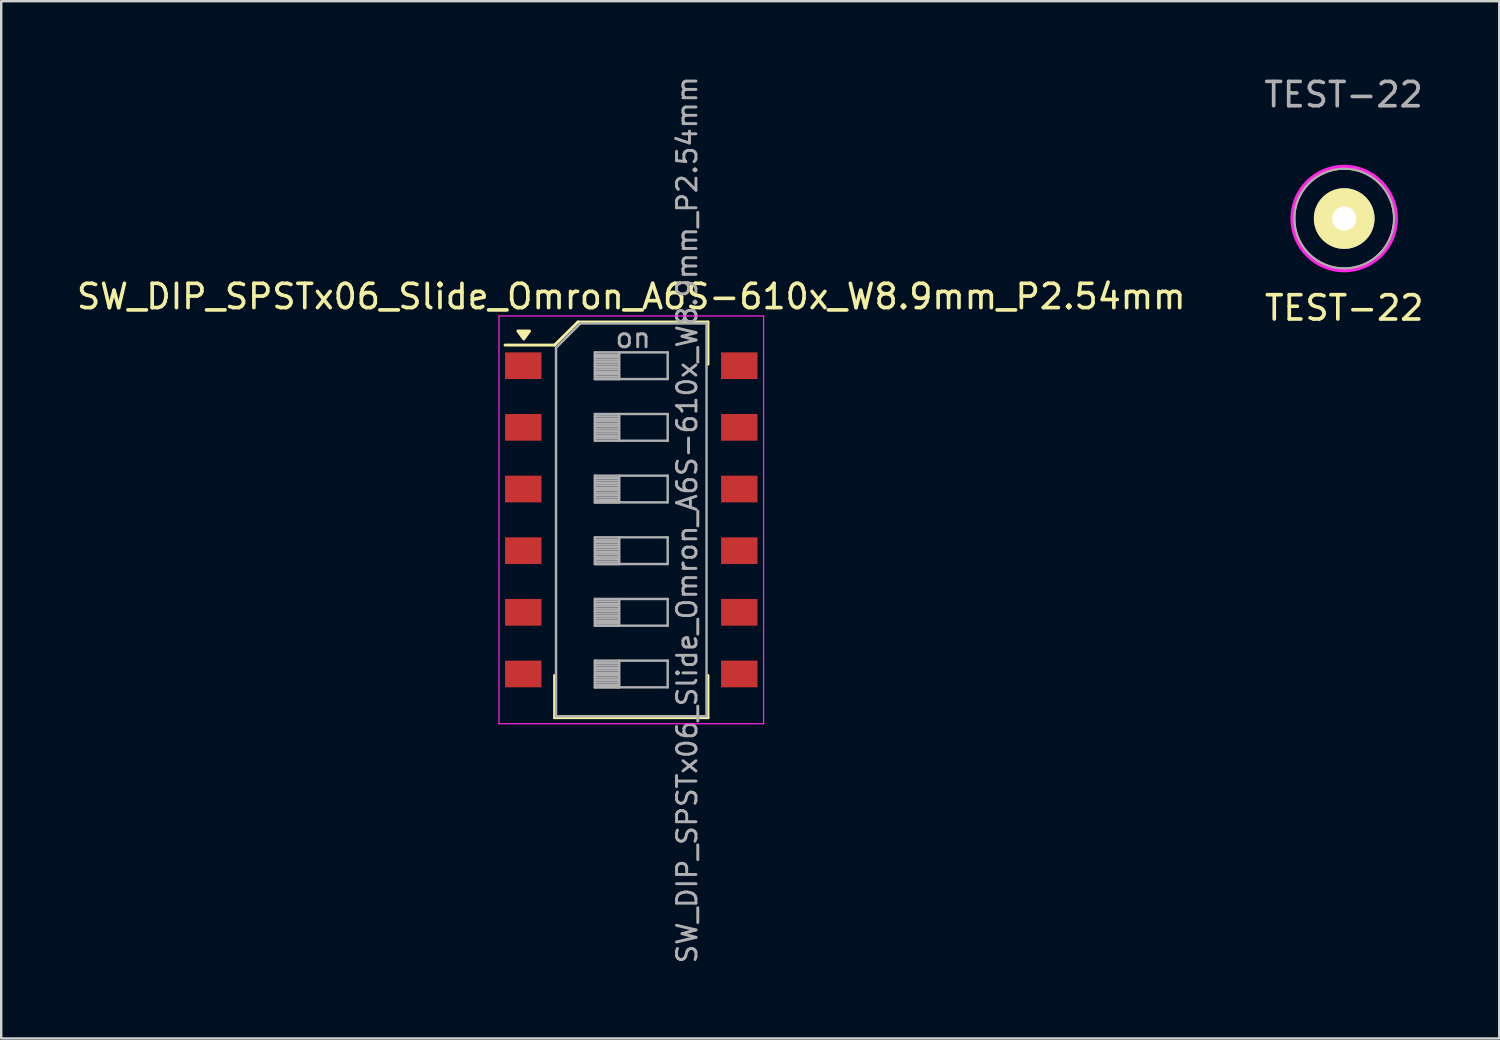
<source format=kicad_pcb>
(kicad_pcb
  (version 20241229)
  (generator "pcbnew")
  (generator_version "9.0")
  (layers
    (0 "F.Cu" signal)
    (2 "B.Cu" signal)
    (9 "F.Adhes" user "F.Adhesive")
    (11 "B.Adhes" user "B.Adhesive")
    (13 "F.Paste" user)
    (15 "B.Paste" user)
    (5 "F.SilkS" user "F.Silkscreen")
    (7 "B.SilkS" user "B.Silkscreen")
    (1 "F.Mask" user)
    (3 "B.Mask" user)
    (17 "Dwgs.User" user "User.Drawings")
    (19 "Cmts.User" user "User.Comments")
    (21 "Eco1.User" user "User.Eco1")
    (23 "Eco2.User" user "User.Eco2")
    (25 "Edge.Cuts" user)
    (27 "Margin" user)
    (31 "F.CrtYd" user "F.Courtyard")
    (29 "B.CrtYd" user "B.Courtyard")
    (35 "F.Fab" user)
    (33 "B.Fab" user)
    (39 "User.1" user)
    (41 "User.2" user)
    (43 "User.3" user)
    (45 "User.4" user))
  (footprint "SW_DIP_SPSTx06_Slide_Omron_A6S-610x_W8.9mm_P2.54mm"
    (layer "F.Cu")
    (at 22.958 18.367)
    (property "Reference" "SW_DIP_SPSTx06_Slide_Omron_A6S-610x_W8.9mm_P2.54mm" (at 0 -9.2 0) (layer "F.SilkS") (effects (font (size 1 1) (thickness 0.15))))
    (attr smd)
    (fp_line (start -5.2 -7.201) (end -3.16 -7.201) (stroke (width 0.12) (type solid)) (layer "F.SilkS"))
    (fp_line (start -3.16 -7.201) (end -2.2 -8.15) (stroke (width 0.12) (type solid)) (layer "F.SilkS"))
    (fp_line (start -3.16 6.41) (end -3.16 8.15) (stroke (width 0.12) (type solid)) (layer "F.SilkS"))
    (fp_line (start -3.16 8.15) (end 3.16 8.15) (stroke (width 0.12) (type solid)) (layer "F.SilkS"))
    (fp_line (start -2.2 -8.15) (end 3.16 -8.15) (stroke (width 0.12) (type solid)) (layer "F.SilkS"))
    (fp_line (start 3.16 -8.15) (end 3.16 -6.411) (stroke (width 0.12) (type solid)) (layer "F.SilkS"))
    (fp_line (start 3.16 6.41) (end 3.16 8.15) (stroke (width 0.12) (type solid)) (layer "F.SilkS"))
    (fp_poly (pts (xy -4.43 -7.45) (xy -4.67 -7.78) (xy -4.19 -7.78) (xy -4.43 -7.45)) (stroke (width 0.12) (type solid)) (fill yes) (layer "F.SilkS"))
    (fp_line (start -5.45 -8.4) (end -5.45 8.4) (stroke (width 0.05) (type solid)) (layer "F.CrtYd"))
    (fp_line (start -5.45 8.4) (end 5.45 8.4) (stroke (width 0.05) (type solid)) (layer "F.CrtYd"))
    (fp_line (start 5.45 -8.4) (end -5.45 -8.4) (stroke (width 0.05) (type solid)) (layer "F.CrtYd"))
    (fp_line (start 5.45 8.4) (end 5.45 -8.4) (stroke (width 0.05) (type solid)) (layer "F.CrtYd"))
    (fp_line (start -3.1 -7.09) (end -2.1 -8.09) (stroke (width 0.1) (type solid)) (layer "F.Fab"))
    (fp_line (start -3.1 8.09) (end -3.1 -7.09) (stroke (width 0.1) (type solid)) (layer "F.Fab"))
    (fp_line (start -2.1 -8.09) (end 3.1 -8.09) (stroke (width 0.1) (type solid)) (layer "F.Fab"))
    (fp_line (start -1.5 -6.9) (end -1.5 -5.8) (stroke (width 0.1) (type solid)) (layer "F.Fab"))
    (fp_line (start -1.5 -6.8) (end -0.5 -6.8) (stroke (width 0.1) (type solid)) (layer "F.Fab"))
    (fp_line (start -1.5 -6.7) (end -0.5 -6.7) (stroke (width 0.1) (type solid)) (layer "F.Fab"))
    (fp_line (start -1.5 -6.6) (end -0.5 -6.6) (stroke (width 0.1) (type solid)) (layer "F.Fab"))
    (fp_line (start -1.5 -6.5) (end -0.5 -6.5) (stroke (width 0.1) (type solid)) (layer "F.Fab"))
    (fp_line (start -1.5 -6.4) (end -0.5 -6.4) (stroke (width 0.1) (type solid)) (layer "F.Fab"))
    (fp_line (start -1.5 -6.3) (end -0.5 -6.3) (stroke (width 0.1) (type solid)) (layer "F.Fab"))
    (fp_line (start -1.5 -6.2) (end -0.5 -6.2) (stroke (width 0.1) (type solid)) (layer "F.Fab"))
    (fp_line (start -1.5 -6.1) (end -0.5 -6.1) (stroke (width 0.1) (type solid)) (layer "F.Fab"))
    (fp_line (start -1.5 -6) (end -0.5 -6) (stroke (width 0.1) (type solid)) (layer "F.Fab"))
    (fp_line (start -1.5 -5.9) (end -0.5 -5.9) (stroke (width 0.1) (type solid)) (layer "F.Fab"))
    (fp_line (start -1.5 -5.8) (end -0.5 -5.8) (stroke (width 0.1) (type solid)) (layer "F.Fab"))
    (fp_line (start -1.5 -5.8) (end 1.5 -5.8) (stroke (width 0.1) (type solid)) (layer "F.Fab"))
    (fp_line (start -1.5 -4.36) (end -1.5 -3.26) (stroke (width 0.1) (type solid)) (layer "F.Fab"))
    (fp_line (start -1.5 -4.26) (end -0.5 -4.26) (stroke (width 0.1) (type solid)) (layer "F.Fab"))
    (fp_line (start -1.5 -4.16) (end -0.5 -4.16) (stroke (width 0.1) (type solid)) (layer "F.Fab"))
    (fp_line (start -1.5 -4.06) (end -0.5 -4.06) (stroke (width 0.1) (type solid)) (layer "F.Fab"))
    (fp_line (start -1.5 -3.96) (end -0.5 -3.96) (stroke (width 0.1) (type solid)) (layer "F.Fab"))
    (fp_line (start -1.5 -3.86) (end -0.5 -3.86) (stroke (width 0.1) (type solid)) (layer "F.Fab"))
    (fp_line (start -1.5 -3.76) (end -0.5 -3.76) (stroke (width 0.1) (type solid)) (layer "F.Fab"))
    (fp_line (start -1.5 -3.66) (end -0.5 -3.66) (stroke (width 0.1) (type solid)) (layer "F.Fab"))
    (fp_line (start -1.5 -3.56) (end -0.5 -3.56) (stroke (width 0.1) (type solid)) (layer "F.Fab"))
    (fp_line (start -1.5 -3.46) (end -0.5 -3.46) (stroke (width 0.1) (type solid)) (layer "F.Fab"))
    (fp_line (start -1.5 -3.36) (end -0.5 -3.36) (stroke (width 0.1) (type solid)) (layer "F.Fab"))
    (fp_line (start -1.5 -3.26) (end 1.5 -3.26) (stroke (width 0.1) (type solid)) (layer "F.Fab"))
    (fp_line (start -1.5 -1.82) (end -1.5 -0.72) (stroke (width 0.1) (type solid)) (layer "F.Fab"))
    (fp_line (start -1.5 -1.72) (end -0.5 -1.72) (stroke (width 0.1) (type solid)) (layer "F.Fab"))
    (fp_line (start -1.5 -1.62) (end -0.5 -1.62) (stroke (width 0.1) (type solid)) (layer "F.Fab"))
    (fp_line (start -1.5 -1.52) (end -0.5 -1.52) (stroke (width 0.1) (type solid)) (layer "F.Fab"))
    (fp_line (start -1.5 -1.42) (end -0.5 -1.42) (stroke (width 0.1) (type solid)) (layer "F.Fab"))
    (fp_line (start -1.5 -1.32) (end -0.5 -1.32) (stroke (width 0.1) (type solid)) (layer "F.Fab"))
    (fp_line (start -1.5 -1.22) (end -0.5 -1.22) (stroke (width 0.1) (type solid)) (layer "F.Fab"))
    (fp_line (start -1.5 -1.12) (end -0.5 -1.12) (stroke (width 0.1) (type solid)) (layer "F.Fab"))
    (fp_line (start -1.5 -1.02) (end -0.5 -1.02) (stroke (width 0.1) (type solid)) (layer "F.Fab"))
    (fp_line (start -1.5 -0.92) (end -0.5 -0.92) (stroke (width 0.1) (type solid)) (layer "F.Fab"))
    (fp_line (start -1.5 -0.82) (end -0.5 -0.82) (stroke (width 0.1) (type solid)) (layer "F.Fab"))
    (fp_line (start -1.5 -0.72) (end -0.5 -0.72) (stroke (width 0.1) (type solid)) (layer "F.Fab"))
    (fp_line (start -1.5 -0.72) (end 1.5 -0.72) (stroke (width 0.1) (type solid)) (layer "F.Fab"))
    (fp_line (start -1.5 0.72) (end -1.5 1.82) (stroke (width 0.1) (type solid)) (layer "F.Fab"))
    (fp_line (start -1.5 0.82) (end -0.5 0.82) (stroke (width 0.1) (type solid)) (layer "F.Fab"))
    (fp_line (start -1.5 0.92) (end -0.5 0.92) (stroke (width 0.1) (type solid)) (layer "F.Fab"))
    (fp_line (start -1.5 1.02) (end -0.5 1.02) (stroke (width 0.1) (type solid)) (layer "F.Fab"))
    (fp_line (start -1.5 1.12) (end -0.5 1.12) (stroke (width 0.1) (type solid)) (layer "F.Fab"))
    (fp_line (start -1.5 1.22) (end -0.5 1.22) (stroke (width 0.1) (type solid)) (layer "F.Fab"))
    (fp_line (start -1.5 1.32) (end -0.5 1.32) (stroke (width 0.1) (type solid)) (layer "F.Fab"))
    (fp_line (start -1.5 1.42) (end -0.5 1.42) (stroke (width 0.1) (type solid)) (layer "F.Fab"))
    (fp_line (start -1.5 1.52) (end -0.5 1.52) (stroke (width 0.1) (type solid)) (layer "F.Fab"))
    (fp_line (start -1.5 1.62) (end -0.5 1.62) (stroke (width 0.1) (type solid)) (layer "F.Fab"))
    (fp_line (start -1.5 1.72) (end -0.5 1.72) (stroke (width 0.1) (type solid)) (layer "F.Fab"))
    (fp_line (start -1.5 1.82) (end -0.5 1.82) (stroke (width 0.1) (type solid)) (layer "F.Fab"))
    (fp_line (start -1.5 1.82) (end 1.5 1.82) (stroke (width 0.1) (type solid)) (layer "F.Fab"))
    (fp_line (start -1.5 3.26) (end -1.5 4.36) (stroke (width 0.1) (type solid)) (layer "F.Fab"))
    (fp_line (start -1.5 3.36) (end -0.5 3.36) (stroke (width 0.1) (type solid)) (layer "F.Fab"))
    (fp_line (start -1.5 3.46) (end -0.5 3.46) (stroke (width 0.1) (type solid)) (layer "F.Fab"))
    (fp_line (start -1.5 3.56) (end -0.5 3.56) (stroke (width 0.1) (type solid)) (layer "F.Fab"))
    (fp_line (start -1.5 3.66) (end -0.5 3.66) (stroke (width 0.1) (type solid)) (layer "F.Fab"))
    (fp_line (start -1.5 3.76) (end -0.5 3.76) (stroke (width 0.1) (type solid)) (layer "F.Fab"))
    (fp_line (start -1.5 3.86) (end -0.5 3.86) (stroke (width 0.1) (type solid)) (layer "F.Fab"))
    (fp_line (start -1.5 3.96) (end -0.5 3.96) (stroke (width 0.1) (type solid)) (layer "F.Fab"))
    (fp_line (start -1.5 4.06) (end -0.5 4.06) (stroke (width 0.1) (type solid)) (layer "F.Fab"))
    (fp_line (start -1.5 4.16) (end -0.5 4.16) (stroke (width 0.1) (type solid)) (layer "F.Fab"))
    (fp_line (start -1.5 4.26) (end -0.5 4.26) (stroke (width 0.1) (type solid)) (layer "F.Fab"))
    (fp_line (start -1.5 4.36) (end -0.5 4.36) (stroke (width 0.1) (type solid)) (layer "F.Fab"))
    (fp_line (start -1.5 4.36) (end 1.5 4.36) (stroke (width 0.1) (type solid)) (layer "F.Fab"))
    (fp_line (start -1.5 5.8) (end -1.5 6.9) (stroke (width 0.1) (type solid)) (layer "F.Fab"))
    (fp_line (start -1.5 5.9) (end -0.5 5.9) (stroke (width 0.1) (type solid)) (layer "F.Fab"))
    (fp_line (start -1.5 6) (end -0.5 6) (stroke (width 0.1) (type solid)) (layer "F.Fab"))
    (fp_line (start -1.5 6.1) (end -0.5 6.1) (stroke (width 0.1) (type solid)) (layer "F.Fab"))
    (fp_line (start -1.5 6.2) (end -0.5 6.2) (stroke (width 0.1) (type solid)) (layer "F.Fab"))
    (fp_line (start -1.5 6.3) (end -0.5 6.3) (stroke (width 0.1) (type solid)) (layer "F.Fab"))
    (fp_line (start -1.5 6.4) (end -0.5 6.4) (stroke (width 0.1) (type solid)) (layer "F.Fab"))
    (fp_line (start -1.5 6.5) (end -0.5 6.5) (stroke (width 0.1) (type solid)) (layer "F.Fab"))
    (fp_line (start -1.5 6.6) (end -0.5 6.6) (stroke (width 0.1) (type solid)) (layer "F.Fab"))
    (fp_line (start -1.5 6.7) (end -0.5 6.7) (stroke (width 0.1) (type solid)) (layer "F.Fab"))
    (fp_line (start -1.5 6.8) (end -0.5 6.8) (stroke (width 0.1) (type solid)) (layer "F.Fab"))
    (fp_line (start -1.5 6.9) (end -0.5 6.9) (stroke (width 0.1) (type solid)) (layer "F.Fab"))
    (fp_line (start -1.5 6.9) (end 1.5 6.9) (stroke (width 0.1) (type solid)) (layer "F.Fab"))
    (fp_line (start -0.5 -6.9) (end -0.5 -5.8) (stroke (width 0.1) (type solid)) (layer "F.Fab"))
    (fp_line (start -0.5 -4.36) (end -0.5 -3.26) (stroke (width 0.1) (type solid)) (layer "F.Fab"))
    (fp_line (start -0.5 -1.82) (end -0.5 -0.72) (stroke (width 0.1) (type solid)) (layer "F.Fab"))
    (fp_line (start -0.5 0.72) (end -0.5 1.82) (stroke (width 0.1) (type solid)) (layer "F.Fab"))
    (fp_line (start -0.5 3.26) (end -0.5 4.36) (stroke (width 0.1) (type solid)) (layer "F.Fab"))
    (fp_line (start -0.5 5.8) (end -0.5 6.9) (stroke (width 0.1) (type solid)) (layer "F.Fab"))
    (fp_line (start 1.5 -6.9) (end -1.5 -6.9) (stroke (width 0.1) (type solid)) (layer "F.Fab"))
    (fp_line (start 1.5 -5.8) (end 1.5 -6.9) (stroke (width 0.1) (type solid)) (layer "F.Fab"))
    (fp_line (start 1.5 -4.36) (end -1.5 -4.36) (stroke (width 0.1) (type solid)) (layer "F.Fab"))
    (fp_line (start 1.5 -3.26) (end 1.5 -4.36) (stroke (width 0.1) (type solid)) (layer "F.Fab"))
    (fp_line (start 1.5 -1.82) (end -1.5 -1.82) (stroke (width 0.1) (type solid)) (layer "F.Fab"))
    (fp_line (start 1.5 -0.72) (end 1.5 -1.82) (stroke (width 0.1) (type solid)) (layer "F.Fab"))
    (fp_line (start 1.5 0.72) (end -1.5 0.72) (stroke (width 0.1) (type solid)) (layer "F.Fab"))
    (fp_line (start 1.5 1.82) (end 1.5 0.72) (stroke (width 0.1) (type solid)) (layer "F.Fab"))
    (fp_line (start 1.5 3.26) (end -1.5 3.26) (stroke (width 0.1) (type solid)) (layer "F.Fab"))
    (fp_line (start 1.5 4.36) (end 1.5 3.26) (stroke (width 0.1) (type solid)) (layer "F.Fab"))
    (fp_line (start 1.5 5.8) (end -1.5 5.8) (stroke (width 0.1) (type solid)) (layer "F.Fab"))
    (fp_line (start 1.5 6.9) (end 1.5 5.8) (stroke (width 0.1) (type solid)) (layer "F.Fab"))
    (fp_line (start 3.1 -8.09) (end 3.1 8.09) (stroke (width 0.1) (type solid)) (layer "F.Fab"))
    (fp_line (start 3.1 8.09) (end -3.1 8.09) (stroke (width 0.1) (type solid)) (layer "F.Fab"))
    (fp_text user "on" (at 0.075 -7.495 0) (layer "F.Fab") (effects (font (size 0.8 0.8) (thickness 0.12))))
    (fp_text user "${REFERENCE}" (at 2.3 0 90) (layer "F.Fab") (effects (font (size 0.8 0.8) (thickness 0.12))))
    (pad "1" smd rect (at -4.45 -6.35) (size 1.5 1.1) (layers "F.Cu" "F.Mask" "F.Paste"))
    (pad "2" smd rect (at -4.45 -3.81) (size 1.5 1.1) (layers "F.Cu" "F.Mask" "F.Paste"))
    (pad "3" smd rect (at -4.45 -1.27) (size 1.5 1.1) (layers "F.Cu" "F.Mask" "F.Paste"))
    (pad "4" smd rect (at -4.45 1.27) (size 1.5 1.1) (layers "F.Cu" "F.Mask" "F.Paste"))
    (pad "5" smd rect (at -4.45 3.81) (size 1.5 1.1) (layers "F.Cu" "F.Mask" "F.Paste"))
    (pad "6" smd rect (at -4.45 6.35) (size 1.5 1.1) (layers "F.Cu" "F.Mask" "F.Paste"))
    (pad "7" smd rect (at 4.45 6.35) (size 1.5 1.1) (layers "F.Cu" "F.Mask" "F.Paste"))
    (pad "8" smd rect (at 4.45 3.81) (size 1.5 1.1) (layers "F.Cu" "F.Mask" "F.Paste"))
    (pad "9" smd rect (at 4.45 1.27) (size 1.5 1.1) (layers "F.Cu" "F.Mask" "F.Paste"))
    (pad "10" smd rect (at 4.45 -1.27) (size 1.5 1.1) (layers "F.Cu" "F.Mask" "F.Paste"))
    (pad "11" smd rect (at 4.45 -3.81) (size 1.5 1.1) (layers "F.Cu" "F.Mask" "F.Paste"))
    (pad "12" smd rect (at 4.45 -6.35) (size 1.5 1.1) (layers "F.Cu" "F.Mask" "F.Paste")))
  (footprint "TEST-22"
    (layer "F.Cu")
    (at 52.329 5.954)
    (property "Reference" "TEST-22" (at 0 3.683 0) (layer "F.SilkS") (effects (font (size 1 1) (thickness 0.15))))
    (attr through_hole)
    (fp_circle (center 0 0) (end -1.397 -1.524) (stroke (width 0.1) (type solid)) (fill no) (layer "F.SilkS"))
    (fp_circle (center 0 0) (end -1.524 -1.524) (stroke (width 0.12) (type solid)) (fill no) (layer "F.CrtYd"))
    (fp_circle (center 0 0) (end -1.041 -1.778) (stroke (width 0.1) (type solid)) (fill no) (layer "F.Fab"))
    (fp_text user "${REFERENCE}" (at -0.025 -5.105 0) (layer "F.Fab") (effects (font (size 1 1) (thickness 0.15))))
    (pad "1" thru_hole circle (at 0 0) (size 2.5 2.5) (drill 1) (layers "*.Cu" "*.Mask" "F.SilkS")))
  (gr_rect
    (start -3 -3)
    (end 58.716 39.733)
    (stroke (width 0.1) (type default))
    (fill no)
    (layer "Edge.Cuts")))
</source>
